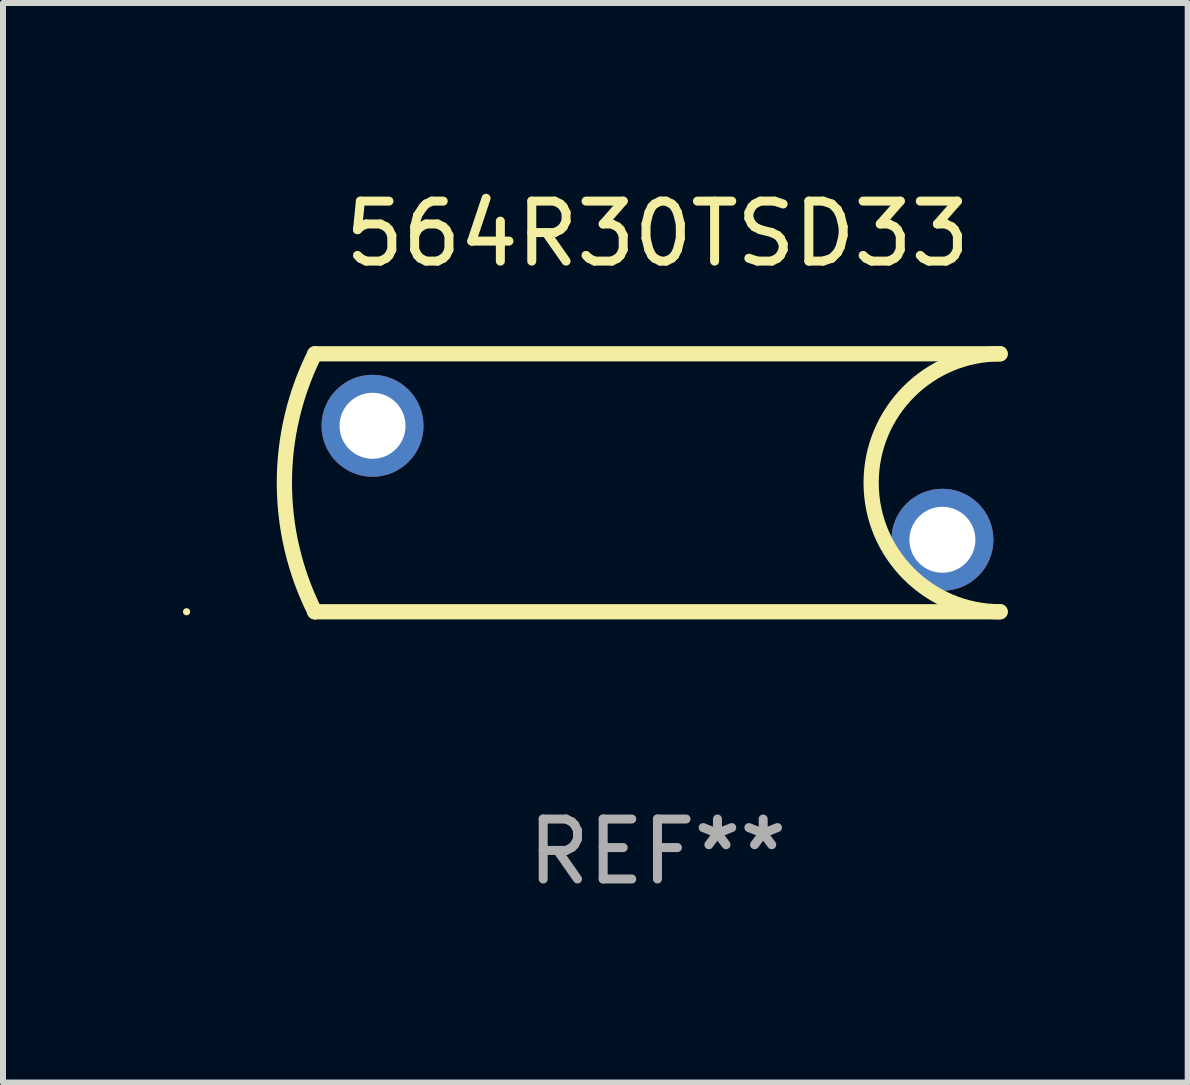
<source format=kicad_pcb>
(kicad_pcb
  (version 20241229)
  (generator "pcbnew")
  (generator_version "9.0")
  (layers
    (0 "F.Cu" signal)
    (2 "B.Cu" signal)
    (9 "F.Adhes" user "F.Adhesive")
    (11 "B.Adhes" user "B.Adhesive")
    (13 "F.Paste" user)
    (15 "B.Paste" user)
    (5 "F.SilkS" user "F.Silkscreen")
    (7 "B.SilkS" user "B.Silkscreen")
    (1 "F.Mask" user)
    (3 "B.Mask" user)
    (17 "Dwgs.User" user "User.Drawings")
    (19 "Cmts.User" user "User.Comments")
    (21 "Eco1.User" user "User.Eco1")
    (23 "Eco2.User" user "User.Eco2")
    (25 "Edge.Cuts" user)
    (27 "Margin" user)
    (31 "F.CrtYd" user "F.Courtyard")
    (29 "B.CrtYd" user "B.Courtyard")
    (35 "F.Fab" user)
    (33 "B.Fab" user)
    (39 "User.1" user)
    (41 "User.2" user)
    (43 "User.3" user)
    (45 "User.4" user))
  (footprint "564R30TSD33"
    (layer "F.Cu")
    (at 7.91 4.998)
    (property "Reference" "564R30TSD33" (at 0 -4.15 0) (layer "F.SilkS") (effects (font (size 1 1) (thickness 0.15))))
    (attr through_hole)
    (fp_line (start -5.712 -2.15) (end 5.712 -2.15) (stroke (width 0.254) (type solid)) (layer "F.SilkS"))
    (fp_line (start -5.712 2.15) (end -5.712 2.15) (stroke (width 0.254) (type solid)) (layer "F.SilkS"))
    (fp_line (start 5.712 2.15) (end -5.712 2.15) (stroke (width 0.254) (type solid)) (layer "F.SilkS"))
    (fp_arc (start -5.711887 2.149999) (mid -6.219431 0) (end -5.711887 -2.15) (stroke (width 0.254001) (type solid)) (layer "F.SilkS"))
    (fp_arc (start 5.711887 2.149975) (mid 3.5619 -0.000026) (end 5.711888 -2.150025) (stroke (width 0.254001) (type solid)) (layer "F.SilkS"))
    (fp_circle (center -7.85 2.15) (end -7.82 2.15) (stroke (width 0.06) (type solid)) (fill no) (layer "F.SilkS"))
    (fp_text user "REF**" (at 0 6.15 0) (layer "F.Fab") (effects (font (size 1 1) (thickness 0.15))))
    (pad "1" thru_hole circle (at -4.75 -0.95) (size 1.7 1.7) (drill 1.1) (layers "*.Cu" "*.Mask"))
    (pad "2" thru_hole circle (at 4.75 0.95) (size 1.7 1.7) (drill 1.1) (layers "*.Cu" "*.Mask")))
  (gr_rect
    (start -3 -3)
    (end 16.749 14.996)
    (stroke (width 0.1) (type default))
    (fill no)
    (layer "Edge.Cuts")))
</source>
